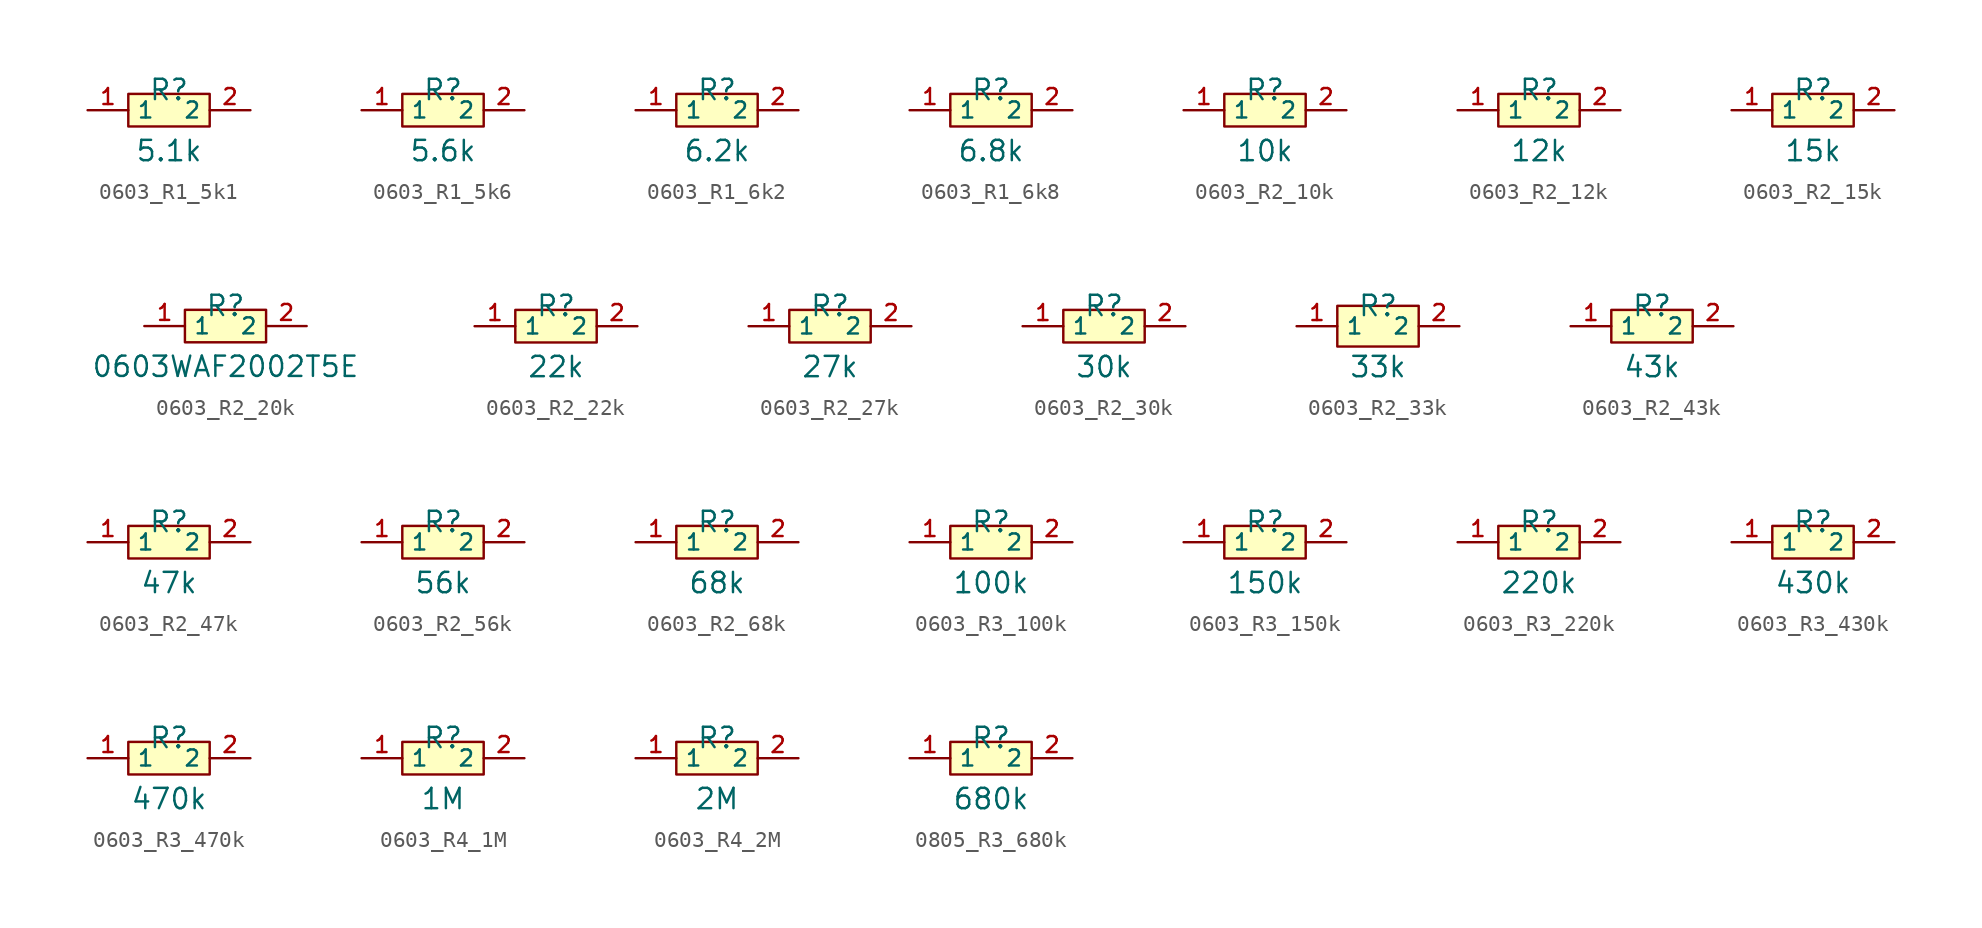
<source format=kicad_sym>
(kicad_symbol_lib
  (version 20241209)
  (generator "kicad_symbol_editor")
  (generator_version "9.0")
  (symbol "0603_R1_5k1"
    (property "Reference" "R"
      (at 0 1.27 0)
      (effects (font (size 1.27 1.27))))
    (property "Value" "5.1k"
      (at 0 -2.54 0)
      (effects (font (size 1.27 1.27))))
    (symbol "0603_R1_5k1_0_1"
      (rectangle (start -2.54 1.016) (end 2.54 -1.016) (stroke (width 0) (type default)) (fill (type background)))
      (pin input line (at -5.08 0 0) (length 2.54) (name "1" (effects (font (size 1 1)))) (number "1" (effects (font (size 1 1)))))
      (pin input line (at 5.08 0 180) (length 2.54) (name "2" (effects (font (size 1 1)))) (number "2" (effects (font (size 1 1)))))))
  (symbol "0603_R1_5k6"
    (property "Reference" "R"
      (at 0 1.27 0)
      (effects (font (size 1.27 1.27))))
    (property "Value" "5.6k"
      (at 0 -2.54 0)
      (effects (font (size 1.27 1.27))))
    (symbol "0603_R1_5k6_0_1"
      (rectangle (start -2.54 1.016) (end 2.54 -1.016) (stroke (width 0) (type default)) (fill (type background)))
      (pin passive line (at -5.08 0 0) (length 2.54) (name "1" (effects (font (size 1 1)))) (number "1" (effects (font (size 1 1)))))
      (pin passive line (at 5.08 0 180) (length 2.54) (name "2" (effects (font (size 1 1)))) (number "2" (effects (font (size 1 1)))))))
  (symbol "0603_R1_6k2"
    (property "Reference" "R"
      (at 0 1.27 0)
      (effects (font (size 1.27 1.27))))
    (property "Value" "6.2k"
      (at 0 -2.54 0)
      (effects (font (size 1.27 1.27))))
    (symbol "0603_R1_6k2_0_1"
      (rectangle (start -2.54 1.016) (end 2.54 -1.016) (stroke (width 0) (type default)) (fill (type background)))
      (pin input line (at -5.08 0 0) (length 2.54) (name "1" (effects (font (size 1 1)))) (number "1" (effects (font (size 1 1)))))
      (pin input line (at 5.08 0 180) (length 2.54) (name "2" (effects (font (size 1 1)))) (number "2" (effects (font (size 1 1)))))))
  (symbol "0603_R1_6k8"
    (property "Reference" "R"
      (at 0 1.27 0)
      (effects (font (size 1.27 1.27))))
    (property "Value" "6.8k"
      (at 0 -2.54 0)
      (effects (font (size 1.27 1.27))))
    (symbol "0603_R1_6k8_0_1"
      (rectangle (start -2.54 1.016) (end 2.54 -1.016) (stroke (width 0) (type default)) (fill (type background)))
      (pin input line (at -5.08 0 0) (length 2.54) (name "1" (effects (font (size 1 1)))) (number "1" (effects (font (size 1 1)))))
      (pin input line (at 5.08 0 180) (length 2.54) (name "2" (effects (font (size 1 1)))) (number "2" (effects (font (size 1 1)))))))
  (symbol "0603_R2_10k"
    (property "Reference" "R"
      (at 0 1.27 0)
      (effects (font (size 1.27 1.27))))
    (property "Value" "10k"
      (at 0 -2.54 0)
      (effects (font (size 1.27 1.27))))
    (symbol "0603_R2_10k_0_1"
      (rectangle (start -2.54 1.016) (end 2.54 -1.016) (stroke (width 0) (type default)) (fill (type background))))
    (symbol "0603_R2_10k_1_1"
      (pin passive line (at -5.08 0 0) (length 2.54) (name "1" (effects (font (size 1 1)))) (number "1" (effects (font (size 1 1)))))
      (pin passive line (at 5.08 0 180) (length 2.54) (name "2" (effects (font (size 1 1)))) (number "2" (effects (font (size 1 1)))))))
  (symbol "0603_R2_12k"
    (property "Reference" "R"
      (at 0 1.27 0)
      (effects (font (size 1.27 1.27))))
    (property "Value" "12k"
      (at 0 -2.54 0)
      (effects (font (size 1.27 1.27))))
    (symbol "0603_R2_12k_0_1"
      (rectangle (start -2.54 1.016) (end 2.54 -1.016) (stroke (width 0) (type default)) (fill (type background)))
      (pin passive line (at -5.08 0 0) (length 2.54) (name "1" (effects (font (size 1 1)))) (number "1" (effects (font (size 1 1)))))
      (pin passive line (at 5.08 0 180) (length 2.54) (name "2" (effects (font (size 1 1)))) (number "2" (effects (font (size 1 1)))))))
  (symbol "0603_R2_15k"
    (property "Reference" "R"
      (at 0 1.27 0)
      (effects (font (size 1.27 1.27))))
    (property "Value" "15k"
      (at 0 -2.54 0)
      (effects (font (size 1.27 1.27))))
    (symbol "0603_R2_15k_0_1"
      (rectangle (start -2.54 1.016) (end 2.54 -1.016) (stroke (width 0) (type default)) (fill (type background)))
      (pin input line (at -5.08 0 0) (length 2.54) (name "1" (effects (font (size 1 1)))) (number "1" (effects (font (size 1 1)))))
      (pin input line (at 5.08 0 180) (length 2.54) (name "2" (effects (font (size 1 1)))) (number "2" (effects (font (size 1 1)))))))
  (symbol "0603_R2_20k"
    (property "Reference" "R"
      (at 0 1.27 0)
      (effects (font (size 1.27 1.27))))
    (property "Value" "0603WAF2002T5E"
      (at 0 -2.54 0)
      (effects (font (size 1.27 1.27))))
    (symbol "0603_R2_20k_0_1"
      (rectangle (start -2.54 1.016) (end 2.54 -1.016) (stroke (width 0) (type default)) (fill (type background)))
      (pin input line (at -5.08 0 0) (length 2.54) (name "1" (effects (font (size 1 1)))) (number "1" (effects (font (size 1 1)))))
      (pin input line (at 5.08 0 180) (length 2.54) (name "2" (effects (font (size 1 1)))) (number "2" (effects (font (size 1 1)))))))
  (symbol "0603_R2_22k"
    (property "Reference" "R"
      (at 0 1.27 0)
      (effects (font (size 1.27 1.27))))
    (property "Value" "22k"
      (at 0 -2.54 0)
      (effects (font (size 1.27 1.27))))
    (symbol "0603_R2_22k_0_1"
      (rectangle (start -2.54 1.016) (end 2.54 -1.016) (stroke (width 0) (type default)) (fill (type background)))
      (pin input line (at -5.08 0 0) (length 2.54) (name "1" (effects (font (size 1 1)))) (number "1" (effects (font (size 1 1)))))
      (pin input line (at 5.08 0 180) (length 2.54) (name "2" (effects (font (size 1 1)))) (number "2" (effects (font (size 1 1)))))))
  (symbol "0603_R2_27k"
    (property "Reference" "R"
      (at 0 1.27 0)
      (effects (font (size 1.27 1.27))))
    (property "Value" "27k"
      (at 0 -2.54 0)
      (effects (font (size 1.27 1.27))))
    (symbol "0603_R2_27k_0_1"
      (rectangle (start -2.54 1.016) (end 2.54 -1.016) (stroke (width 0) (type default)) (fill (type background)))
      (pin input line (at -5.08 0 0) (length 2.54) (name "1" (effects (font (size 1 1)))) (number "1" (effects (font (size 1 1)))))
      (pin input line (at 5.08 0 180) (length 2.54) (name "2" (effects (font (size 1 1)))) (number "2" (effects (font (size 1 1)))))))
  (symbol "0603_R2_30k"
    (property "Reference" "R"
      (at 0 1.27 0)
      (effects (font (size 1.27 1.27))))
    (property "Value" "30k"
      (at 0 -2.54 0)
      (effects (font (size 1.27 1.27))))
    (symbol "0603_R2_30k_0_1"
      (rectangle (start -2.54 1.016) (end 2.54 -1.016) (stroke (width 0) (type default)) (fill (type background)))
      (pin input line (at -5.08 0 0) (length 2.54) (name "1" (effects (font (size 1 1)))) (number "1" (effects (font (size 1 1)))))
      (pin input line (at 5.08 0 180) (length 2.54) (name "2" (effects (font (size 1 1)))) (number "2" (effects (font (size 1 1)))))))
  (symbol "0603_R2_33k"
    (property "Reference" "R"
      (at 0 1.27 0)
      (effects (font (size 1.27 1.27))))
    (property "Value" "33k"
      (at 0 -2.54 0)
      (effects (font (size 1.27 1.27))))
    (symbol "0603_R2_33k_0_1"
      (rectangle (start -2.54 1.27) (end 2.54 -1.27) (stroke (width 0) (type default)) (fill (type background)))
      (pin unspecified line (at -5.08 0 0) (length 2.54) (name "1" (effects (font (size 1 1)))) (number "1" (effects (font (size 1 1)))))
      (pin unspecified line (at 5.08 0 180) (length 2.54) (name "2" (effects (font (size 1 1)))) (number "2" (effects (font (size 1 1)))))))
  (symbol "0603_R2_43k"
    (property "Reference" "R"
      (at 0 1.27 0)
      (effects (font (size 1.27 1.27))))
    (property "Value" "43k"
      (at 0 -2.54 0)
      (effects (font (size 1.27 1.27))))
    (symbol "0603_R2_43k_0_1"
      (rectangle (start -2.54 1.016) (end 2.54 -1.016) (stroke (width 0) (type default)) (fill (type background)))
      (pin input line (at -5.08 0 0) (length 2.54) (name "1" (effects (font (size 1 1)))) (number "1" (effects (font (size 1 1)))))
      (pin input line (at 5.08 0 180) (length 2.54) (name "2" (effects (font (size 1 1)))) (number "2" (effects (font (size 1 1)))))))
  (symbol "0603_R2_47k"
    (property "Reference" "R"
      (at 0 1.27 0)
      (effects (font (size 1.27 1.27))))
    (property "Value" "47k"
      (at 0 -2.54 0)
      (effects (font (size 1.27 1.27))))
    (symbol "0603_R2_47k_0_1"
      (rectangle (start -2.54 1.016) (end 2.54 -1.016) (stroke (width 0) (type default)) (fill (type background)))
      (pin input line (at -5.08 0 0) (length 2.54) (name "1" (effects (font (size 1 1)))) (number "1" (effects (font (size 1 1)))))
      (pin input line (at 5.08 0 180) (length 2.54) (name "2" (effects (font (size 1 1)))) (number "2" (effects (font (size 1 1)))))))
  (symbol "0603_R2_56k"
    (property "Reference" "R"
      (at 0 1.27 0)
      (effects (font (size 1.27 1.27))))
    (property "Value" "56k"
      (at 0 -2.54 0)
      (effects (font (size 1.27 1.27))))
    (symbol "0603_R2_56k_0_1"
      (rectangle (start -2.54 1.016) (end 2.54 -1.016) (stroke (width 0) (type default)) (fill (type background)))
      (pin input line (at -5.08 0 0) (length 2.54) (name "1" (effects (font (size 1 1)))) (number "1" (effects (font (size 1 1)))))
      (pin input line (at 5.08 0 180) (length 2.54) (name "2" (effects (font (size 1 1)))) (number "2" (effects (font (size 1 1)))))))
  (symbol "0603_R2_68k"
    (property "Reference" "R"
      (at 0 1.27 0)
      (effects (font (size 1.27 1.27))))
    (property "Value" "68k"
      (at 0 -2.54 0)
      (effects (font (size 1.27 1.27))))
    (symbol "0603_R2_68k_0_1"
      (rectangle (start -2.54 1.016) (end 2.54 -1.016) (stroke (width 0) (type default)) (fill (type background)))
      (pin input line (at -5.08 0 0) (length 2.54) (name "1" (effects (font (size 1 1)))) (number "1" (effects (font (size 1 1)))))
      (pin input line (at 5.08 0 180) (length 2.54) (name "2" (effects (font (size 1 1)))) (number "2" (effects (font (size 1 1)))))))
  (symbol "0603_R3_100k"
    (property "Reference" "R"
      (at 0 1.27 0)
      (effects (font (size 1.27 1.27))))
    (property "Value" "100k"
      (at 0 -2.54 0)
      (effects (font (size 1.27 1.27))))
    (symbol "0603_R3_100k_0_1"
      (rectangle (start -2.54 1.016) (end 2.54 -1.016) (stroke (width 0) (type default)) (fill (type background)))
      (pin passive line (at -5.08 0 0) (length 2.54) (name "1" (effects (font (size 1 1)))) (number "1" (effects (font (size 1 1)))))
      (pin passive line (at 5.08 0 180) (length 2.54) (name "2" (effects (font (size 1 1)))) (number "2" (effects (font (size 1 1)))))))
  (symbol "0603_R3_150k"
    (property "Reference" "R"
      (at 0 1.27 0)
      (effects (font (size 1.27 1.27))))
    (property "Value" "150k"
      (at 0 -2.54 0)
      (effects (font (size 1.27 1.27))))
    (symbol "0603_R3_150k_0_1"
      (rectangle (start -2.54 1.016) (end 2.54 -1.016) (stroke (width 0) (type default)) (fill (type background)))
      (pin input line (at -5.08 0 0) (length 2.54) (name "1" (effects (font (size 1 1)))) (number "1" (effects (font (size 1 1)))))
      (pin input line (at 5.08 0 180) (length 2.54) (name "2" (effects (font (size 1 1)))) (number "2" (effects (font (size 1 1)))))))
  (symbol "0603_R3_220k"
    (property "Reference" "R"
      (at 0 1.27 0)
      (effects (font (size 1.27 1.27))))
    (property "Value" "220k"
      (at 0 -2.54 0)
      (effects (font (size 1.27 1.27))))
    (symbol "0603_R3_220k_0_1"
      (rectangle (start -2.54 1.016) (end 2.54 -1.016) (stroke (width 0) (type default)) (fill (type background)))
      (pin input line (at -5.08 0 0) (length 2.54) (name "1" (effects (font (size 1 1)))) (number "1" (effects (font (size 1 1)))))
      (pin input line (at 5.08 0 180) (length 2.54) (name "2" (effects (font (size 1 1)))) (number "2" (effects (font (size 1 1)))))))
  (symbol "0603_R3_430k"
    (property "Reference" "R"
      (at 0 1.27 0)
      (effects (font (size 1.27 1.27))))
    (property "Value" "430k"
      (at 0 -2.54 0)
      (effects (font (size 1.27 1.27))))
    (symbol "0603_R3_430k_0_1"
      (rectangle (start -2.54 1.016) (end 2.54 -1.016) (stroke (width 0) (type default)) (fill (type background)))
      (pin passive line (at -5.08 0 0) (length 2.54) (name "1" (effects (font (size 1 1)))) (number "1" (effects (font (size 1 1)))))
      (pin passive line (at 5.08 0 180) (length 2.54) (name "2" (effects (font (size 1 1)))) (number "2" (effects (font (size 1 1)))))))
  (symbol "0603_R3_470k"
    (property "Reference" "R"
      (at 0 1.27 0)
      (effects (font (size 1.27 1.27))))
    (property "Value" "470k"
      (at 0 -2.54 0)
      (effects (font (size 1.27 1.27))))
    (symbol "0603_R3_470k_0_1"
      (rectangle (start -2.54 1.016) (end 2.54 -1.016) (stroke (width 0) (type default)) (fill (type background)))
      (pin input line (at -5.08 0 0) (length 2.54) (name "1" (effects (font (size 1 1)))) (number "1" (effects (font (size 1 1)))))
      (pin input line (at 5.08 0 180) (length 2.54) (name "2" (effects (font (size 1 1)))) (number "2" (effects (font (size 1 1)))))))
  (symbol "0603_R4_1M"
    (property "Reference" "R"
      (at 0 1.27 0)
      (effects (font (size 1.27 1.27))))
    (property "Value" "1M"
      (at 0 -2.54 0)
      (effects (font (size 1.27 1.27))))
    (symbol "0603_R4_1M_0_1"
      (rectangle (start -2.54 1.016) (end 2.54 -1.016) (stroke (width 0) (type default)) (fill (type background)))
      (pin passive line (at -5.08 0 0) (length 2.54) (name "1" (effects (font (size 1 1)))) (number "1" (effects (font (size 1 1)))))
      (pin passive line (at 5.08 0 180) (length 2.54) (name "2" (effects (font (size 1 1)))) (number "2" (effects (font (size 1 1)))))))
  (symbol "0603_R4_2M"
    (property "Reference" "R"
      (at 0 1.27 0)
      (effects (font (size 1.27 1.27))))
    (property "Value" "2M"
      (at 0 -2.54 0)
      (effects (font (size 1.27 1.27))))
    (symbol "0603_R4_2M_0_1"
      (rectangle (start -2.54 1.016) (end 2.54 -1.016) (stroke (width 0) (type default)) (fill (type background)))
      (pin input line (at -5.08 0 0) (length 2.54) (name "1" (effects (font (size 1 1)))) (number "1" (effects (font (size 1 1)))))
      (pin input line (at 5.08 0 180) (length 2.54) (name "2" (effects (font (size 1 1)))) (number "2" (effects (font (size 1 1)))))))
  (symbol "0805_R3_680k"
    (property "Reference" "R"
      (at 0 1.27 0)
      (effects (font (size 1.27 1.27))))
    (property "Value" "680k"
      (at 0 -2.54 0)
      (effects (font (size 1.27 1.27))))
    (symbol "0805_R3_680k_0_1"
      (rectangle (start -2.54 1.016) (end 2.54 -1.016) (stroke (width 0) (type default)) (fill (type background)))
      (pin input line (at -5.08 0 0) (length 2.54) (name "1" (effects (font (size 1 1)))) (number "1" (effects (font (size 1 1)))))
      (pin input line (at 5.08 0 180) (length 2.54) (name "2" (effects (font (size 1 1)))) (number "2" (effects (font (size 1 1))))))))
</source>
